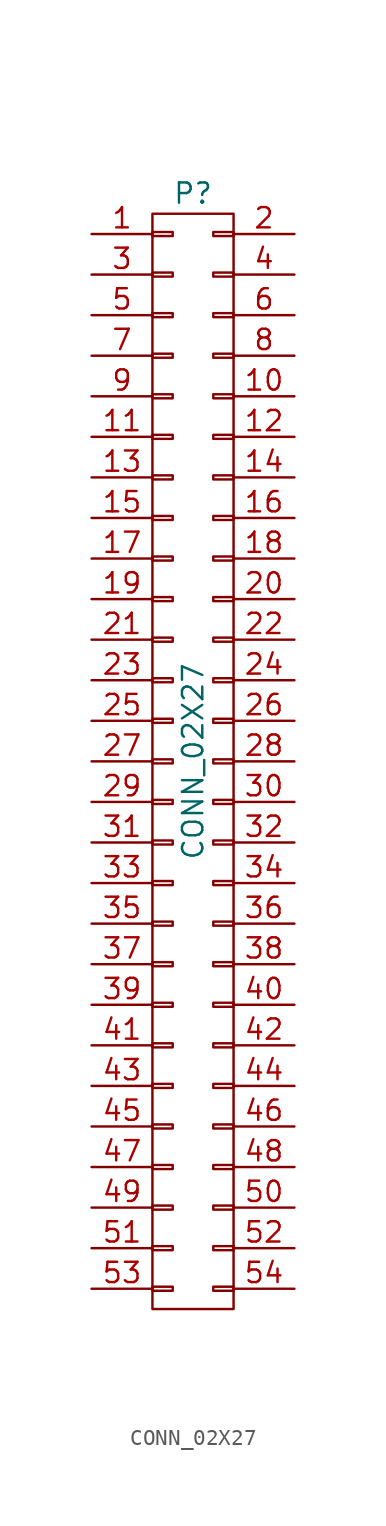
<source format=kicad_sym>
(kicad_symbol_lib
  (version 20211014)
  (generator kicad_symbol_editor)
  (symbol "CONN_02X27"
    (pin_names
      (offset 0.025) hide)
    (property "Reference" "P"
      (at 0 35.56 0)
      (effects (font (size 1.27 1.27))))
    (property "Value" "CONN_02X27"
      (at 0 0 90)
      (effects (font (size 1.27 1.27))))
    (property "Footprint" ""
      (at 0 -16.51 0)
      (effects (font (size 1.27 1.27))))
    (property "Datasheet" ""
      (at 0 -16.51 0)
      (effects (font (size 1.27 1.27))))
    (symbol "CONN_02X27_0_1"
      (rectangle (start -2.54 -32.893) (end -1.27 -33.147) (stroke (width 0) (type default) (color 0 0 0 0)) (fill (type none)))
      (rectangle (start -2.54 -30.353) (end -1.27 -30.607) (stroke (width 0) (type default) (color 0 0 0 0)) (fill (type none)))
      (rectangle (start -2.54 -27.813) (end -1.27 -28.067) (stroke (width 0) (type default) (color 0 0 0 0)) (fill (type none)))
      (rectangle (start -2.54 -25.273) (end -1.27 -25.527) (stroke (width 0) (type default) (color 0 0 0 0)) (fill (type none)))
      (rectangle (start -2.54 -22.733) (end -1.27 -22.987) (stroke (width 0) (type default) (color 0 0 0 0)) (fill (type none)))
      (rectangle (start -2.54 -20.193) (end -1.27 -20.447) (stroke (width 0) (type default) (color 0 0 0 0)) (fill (type none)))
      (rectangle (start -2.54 -17.653) (end -1.27 -17.907) (stroke (width 0) (type default) (color 0 0 0 0)) (fill (type none)))
      (rectangle (start -2.54 -15.113) (end -1.27 -15.367) (stroke (width 0) (type default) (color 0 0 0 0)) (fill (type none)))
      (rectangle (start -2.54 -12.573) (end -1.27 -12.827) (stroke (width 0) (type default) (color 0 0 0 0)) (fill (type none)))
      (rectangle (start -2.54 -10.033) (end -1.27 -10.287) (stroke (width 0) (type default) (color 0 0 0 0)) (fill (type none)))
      (rectangle (start -2.54 -7.493) (end -1.27 -7.747) (stroke (width 0) (type default) (color 0 0 0 0)) (fill (type none)))
      (rectangle (start -2.54 -4.953) (end -1.27 -5.207) (stroke (width 0) (type default) (color 0 0 0 0)) (fill (type none)))
      (rectangle (start -2.54 -2.413) (end -1.27 -2.667) (stroke (width 0) (type default) (color 0 0 0 0)) (fill (type none)))
      (rectangle (start -2.54 0.127) (end -1.27 -0.127) (stroke (width 0) (type default) (color 0 0 0 0)) (fill (type none)))
      (rectangle (start -2.54 2.667) (end -1.27 2.413) (stroke (width 0) (type default) (color 0 0 0 0)) (fill (type none)))
      (rectangle (start -2.54 5.207) (end -1.27 4.953) (stroke (width 0) (type default) (color 0 0 0 0)) (fill (type none)))
      (rectangle (start -2.54 7.747) (end -1.27 7.493) (stroke (width 0) (type default) (color 0 0 0 0)) (fill (type none)))
      (rectangle (start -2.54 10.287) (end -1.27 10.033) (stroke (width 0) (type default) (color 0 0 0 0)) (fill (type none)))
      (rectangle (start -2.54 12.827) (end -1.27 12.573) (stroke (width 0) (type default) (color 0 0 0 0)) (fill (type none)))
      (rectangle (start -2.54 15.367) (end -1.27 15.113) (stroke (width 0) (type default) (color 0 0 0 0)) (fill (type none)))
      (rectangle (start -2.54 17.907) (end -1.27 17.653) (stroke (width 0) (type default) (color 0 0 0 0)) (fill (type none)))
      (rectangle (start -2.54 20.447) (end -1.27 20.193) (stroke (width 0) (type default) (color 0 0 0 0)) (fill (type none)))
      (rectangle (start -2.54 22.987) (end -1.27 22.733) (stroke (width 0) (type default) (color 0 0 0 0)) (fill (type none)))
      (rectangle (start -2.54 25.527) (end -1.27 25.273) (stroke (width 0) (type default) (color 0 0 0 0)) (fill (type none)))
      (rectangle (start -2.54 28.067) (end -1.27 27.813) (stroke (width 0) (type default) (color 0 0 0 0)) (fill (type none)))
      (rectangle (start -2.54 30.607) (end -1.27 30.353) (stroke (width 0) (type default) (color 0 0 0 0)) (fill (type none)))
      (rectangle (start -2.54 33.147) (end -1.27 32.893) (stroke (width 0) (type default) (color 0 0 0 0)) (fill (type none)))
      (rectangle (start -2.54 34.29) (end 2.54 -34.29) (stroke (width 0) (type default) (color 0 0 0 0)) (fill (type none)))
      (rectangle (start 1.27 -32.893) (end 2.54 -33.147) (stroke (width 0) (type default) (color 0 0 0 0)) (fill (type none)))
      (rectangle (start 1.27 -30.353) (end 2.54 -30.607) (stroke (width 0) (type default) (color 0 0 0 0)) (fill (type none)))
      (rectangle (start 1.27 -27.813) (end 2.54 -28.067) (stroke (width 0) (type default) (color 0 0 0 0)) (fill (type none)))
      (rectangle (start 1.27 -25.273) (end 2.54 -25.527) (stroke (width 0) (type default) (color 0 0 0 0)) (fill (type none)))
      (rectangle (start 1.27 -22.733) (end 2.54 -22.987) (stroke (width 0) (type default) (color 0 0 0 0)) (fill (type none)))
      (rectangle (start 1.27 -20.193) (end 2.54 -20.447) (stroke (width 0) (type default) (color 0 0 0 0)) (fill (type none)))
      (rectangle (start 1.27 -17.653) (end 2.54 -17.907) (stroke (width 0) (type default) (color 0 0 0 0)) (fill (type none)))
      (rectangle (start 1.27 -15.113) (end 2.54 -15.367) (stroke (width 0) (type default) (color 0 0 0 0)) (fill (type none)))
      (rectangle (start 1.27 -12.573) (end 2.54 -12.827) (stroke (width 0) (type default) (color 0 0 0 0)) (fill (type none)))
      (rectangle (start 1.27 -10.033) (end 2.54 -10.287) (stroke (width 0) (type default) (color 0 0 0 0)) (fill (type none)))
      (rectangle (start 1.27 -7.493) (end 2.54 -7.747) (stroke (width 0) (type default) (color 0 0 0 0)) (fill (type none)))
      (rectangle (start 1.27 -4.953) (end 2.54 -5.207) (stroke (width 0) (type default) (color 0 0 0 0)) (fill (type none)))
      (rectangle (start 1.27 -2.413) (end 2.54 -2.667) (stroke (width 0) (type default) (color 0 0 0 0)) (fill (type none)))
      (rectangle (start 1.27 0.127) (end 2.54 -0.127) (stroke (width 0) (type default) (color 0 0 0 0)) (fill (type none)))
      (rectangle (start 1.27 2.667) (end 2.54 2.413) (stroke (width 0) (type default) (color 0 0 0 0)) (fill (type none)))
      (rectangle (start 1.27 5.207) (end 2.54 4.953) (stroke (width 0) (type default) (color 0 0 0 0)) (fill (type none)))
      (rectangle (start 1.27 7.747) (end 2.54 7.493) (stroke (width 0) (type default) (color 0 0 0 0)) (fill (type none)))
      (rectangle (start 1.27 10.287) (end 2.54 10.033) (stroke (width 0) (type default) (color 0 0 0 0)) (fill (type none)))
      (rectangle (start 1.27 12.827) (end 2.54 12.573) (stroke (width 0) (type default) (color 0 0 0 0)) (fill (type none)))
      (rectangle (start 1.27 15.367) (end 2.54 15.113) (stroke (width 0) (type default) (color 0 0 0 0)) (fill (type none)))
      (rectangle (start 1.27 17.907) (end 2.54 17.653) (stroke (width 0) (type default) (color 0 0 0 0)) (fill (type none)))
      (rectangle (start 1.27 20.447) (end 2.54 20.193) (stroke (width 0) (type default) (color 0 0 0 0)) (fill (type none)))
      (rectangle (start 1.27 22.987) (end 2.54 22.733) (stroke (width 0) (type default) (color 0 0 0 0)) (fill (type none)))
      (rectangle (start 1.27 25.527) (end 2.54 25.273) (stroke (width 0) (type default) (color 0 0 0 0)) (fill (type none)))
      (rectangle (start 1.27 28.067) (end 2.54 27.813) (stroke (width 0) (type default) (color 0 0 0 0)) (fill (type none)))
      (rectangle (start 1.27 30.607) (end 2.54 30.353) (stroke (width 0) (type default) (color 0 0 0 0)) (fill (type none)))
      (rectangle (start 1.27 33.147) (end 2.54 32.893) (stroke (width 0) (type default) (color 0 0 0 0)) (fill (type none))))
    (symbol "CONN_02X27_1_1"
      (pin passive line (at -6.35 33.02 0) (length 3.81) (name "P1" (effects (font (size 1.27 1.27)))) (number "1" (effects (font (size 1.27 1.27)))))
      (pin passive line (at 6.35 22.86 180) (length 3.81) (name "P10" (effects (font (size 1.27 1.27)))) (number "10" (effects (font (size 1.27 1.27)))))
      (pin passive line (at -6.35 20.32 0) (length 3.81) (name "P11" (effects (font (size 1.27 1.27)))) (number "11" (effects (font (size 1.27 1.27)))))
      (pin passive line (at 6.35 20.32 180) (length 3.81) (name "P12" (effects (font (size 1.27 1.27)))) (number "12" (effects (font (size 1.27 1.27)))))
      (pin passive line (at -6.35 17.78 0) (length 3.81) (name "P13" (effects (font (size 1.27 1.27)))) (number "13" (effects (font (size 1.27 1.27)))))
      (pin passive line (at 6.35 17.78 180) (length 3.81) (name "P14" (effects (font (size 1.27 1.27)))) (number "14" (effects (font (size 1.27 1.27)))))
      (pin passive line (at -6.35 15.24 0) (length 3.81) (name "P15" (effects (font (size 1.27 1.27)))) (number "15" (effects (font (size 1.27 1.27)))))
      (pin passive line (at 6.35 15.24 180) (length 3.81) (name "P16" (effects (font (size 1.27 1.27)))) (number "16" (effects (font (size 1.27 1.27)))))
      (pin passive line (at -6.35 12.7 0) (length 3.81) (name "P17" (effects (font (size 1.27 1.27)))) (number "17" (effects (font (size 1.27 1.27)))))
      (pin passive line (at 6.35 12.7 180) (length 3.81) (name "P18" (effects (font (size 1.27 1.27)))) (number "18" (effects (font (size 1.27 1.27)))))
      (pin passive line (at -6.35 10.16 0) (length 3.81) (name "P19" (effects (font (size 1.27 1.27)))) (number "19" (effects (font (size 1.27 1.27)))))
      (pin passive line (at 6.35 33.02 180) (length 3.81) (name "P2" (effects (font (size 1.27 1.27)))) (number "2" (effects (font (size 1.27 1.27)))))
      (pin passive line (at 6.35 10.16 180) (length 3.81) (name "P20" (effects (font (size 1.27 1.27)))) (number "20" (effects (font (size 1.27 1.27)))))
      (pin passive line (at -6.35 7.62 0) (length 3.81) (name "P21" (effects (font (size 1.27 1.27)))) (number "21" (effects (font (size 1.27 1.27)))))
      (pin passive line (at 6.35 7.62 180) (length 3.81) (name "P22" (effects (font (size 1.27 1.27)))) (number "22" (effects (font (size 1.27 1.27)))))
      (pin passive line (at -6.35 5.08 0) (length 3.81) (name "P23" (effects (font (size 1.27 1.27)))) (number "23" (effects (font (size 1.27 1.27)))))
      (pin passive line (at 6.35 5.08 180) (length 3.81) (name "P24" (effects (font (size 1.27 1.27)))) (number "24" (effects (font (size 1.27 1.27)))))
      (pin passive line (at -6.35 2.54 0) (length 3.81) (name "P25" (effects (font (size 1.27 1.27)))) (number "25" (effects (font (size 1.27 1.27)))))
      (pin passive line (at 6.35 2.54 180) (length 3.81) (name "P26" (effects (font (size 1.27 1.27)))) (number "26" (effects (font (size 1.27 1.27)))))
      (pin passive line (at -6.35 0 0) (length 3.81) (name "P27" (effects (font (size 1.27 1.27)))) (number "27" (effects (font (size 1.27 1.27)))))
      (pin passive line (at 6.35 0 180) (length 3.81) (name "P28" (effects (font (size 1.27 1.27)))) (number "28" (effects (font (size 1.27 1.27)))))
      (pin passive line (at -6.35 -2.54 0) (length 3.81) (name "P29" (effects (font (size 1.27 1.27)))) (number "29" (effects (font (size 1.27 1.27)))))
      (pin passive line (at -6.35 30.48 0) (length 3.81) (name "P3" (effects (font (size 1.27 1.27)))) (number "3" (effects (font (size 1.27 1.27)))))
      (pin passive line (at 6.35 -2.54 180) (length 3.81) (name "P30" (effects (font (size 1.27 1.27)))) (number "30" (effects (font (size 1.27 1.27)))))
      (pin passive line (at -6.35 -5.08 0) (length 3.81) (name "P31" (effects (font (size 1.27 1.27)))) (number "31" (effects (font (size 1.27 1.27)))))
      (pin passive line (at 6.35 -5.08 180) (length 3.81) (name "P32" (effects (font (size 1.27 1.27)))) (number "32" (effects (font (size 1.27 1.27)))))
      (pin passive line (at -6.35 -7.62 0) (length 3.81) (name "P33" (effects (font (size 1.27 1.27)))) (number "33" (effects (font (size 1.27 1.27)))))
      (pin passive line (at 6.35 -7.62 180) (length 3.81) (name "P34" (effects (font (size 1.27 1.27)))) (number "34" (effects (font (size 1.27 1.27)))))
      (pin passive line (at -6.35 -10.16 0) (length 3.81) (name "P35" (effects (font (size 1.27 1.27)))) (number "35" (effects (font (size 1.27 1.27)))))
      (pin passive line (at 6.35 -10.16 180) (length 3.81) (name "P36" (effects (font (size 1.27 1.27)))) (number "36" (effects (font (size 1.27 1.27)))))
      (pin passive line (at -6.35 -12.7 0) (length 3.81) (name "P37" (effects (font (size 1.27 1.27)))) (number "37" (effects (font (size 1.27 1.27)))))
      (pin passive line (at 6.35 -12.7 180) (length 3.81) (name "P38" (effects (font (size 1.27 1.27)))) (number "38" (effects (font (size 1.27 1.27)))))
      (pin passive line (at -6.35 -15.24 0) (length 3.81) (name "P39" (effects (font (size 1.27 1.27)))) (number "39" (effects (font (size 1.27 1.27)))))
      (pin passive line (at 6.35 30.48 180) (length 3.81) (name "P4" (effects (font (size 1.27 1.27)))) (number "4" (effects (font (size 1.27 1.27)))))
      (pin passive line (at 6.35 -15.24 180) (length 3.81) (name "P40" (effects (font (size 1.27 1.27)))) (number "40" (effects (font (size 1.27 1.27)))))
      (pin passive line (at -6.35 -17.78 0) (length 3.81) (name "P41" (effects (font (size 1.27 1.27)))) (number "41" (effects (font (size 1.27 1.27)))))
      (pin passive line (at 6.35 -17.78 180) (length 3.81) (name "P42" (effects (font (size 1.27 1.27)))) (number "42" (effects (font (size 1.27 1.27)))))
      (pin passive line (at -6.35 -20.32 0) (length 3.81) (name "P43" (effects (font (size 1.27 1.27)))) (number "43" (effects (font (size 1.27 1.27)))))
      (pin passive line (at 6.35 -20.32 180) (length 3.81) (name "P44" (effects (font (size 1.27 1.27)))) (number "44" (effects (font (size 1.27 1.27)))))
      (pin passive line (at -6.35 -22.86 0) (length 3.81) (name "P45" (effects (font (size 1.27 1.27)))) (number "45" (effects (font (size 1.27 1.27)))))
      (pin passive line (at 6.35 -22.86 180) (length 3.81) (name "P46" (effects (font (size 1.27 1.27)))) (number "46" (effects (font (size 1.27 1.27)))))
      (pin passive line (at -6.35 -25.4 0) (length 3.81) (name "P47" (effects (font (size 1.27 1.27)))) (number "47" (effects (font (size 1.27 1.27)))))
      (pin passive line (at 6.35 -25.4 180) (length 3.81) (name "P48" (effects (font (size 1.27 1.27)))) (number "48" (effects (font (size 1.27 1.27)))))
      (pin passive line (at -6.35 -27.94 0) (length 3.81) (name "P49" (effects (font (size 1.27 1.27)))) (number "49" (effects (font (size 1.27 1.27)))))
      (pin passive line (at -6.35 27.94 0) (length 3.81) (name "P5" (effects (font (size 1.27 1.27)))) (number "5" (effects (font (size 1.27 1.27)))))
      (pin passive line (at 6.35 -27.94 180) (length 3.81) (name "P50" (effects (font (size 1.27 1.27)))) (number "50" (effects (font (size 1.27 1.27)))))
      (pin passive line (at -6.35 -30.48 0) (length 3.81) (name "P51" (effects (font (size 1.27 1.27)))) (number "51" (effects (font (size 1.27 1.27)))))
      (pin passive line (at 6.35 -30.48 180) (length 3.81) (name "P52" (effects (font (size 1.27 1.27)))) (number "52" (effects (font (size 1.27 1.27)))))
      (pin passive line (at -6.35 -33.02 0) (length 3.81) (name "P53" (effects (font (size 1.27 1.27)))) (number "53" (effects (font (size 1.27 1.27)))))
      (pin passive line (at 6.35 -33.02 180) (length 3.81) (name "P54" (effects (font (size 1.27 1.27)))) (number "54" (effects (font (size 1.27 1.27)))))
      (pin passive line (at 6.35 27.94 180) (length 3.81) (name "P6" (effects (font (size 1.27 1.27)))) (number "6" (effects (font (size 1.27 1.27)))))
      (pin passive line (at -6.35 25.4 0) (length 3.81) (name "P7" (effects (font (size 1.27 1.27)))) (number "7" (effects (font (size 1.27 1.27)))))
      (pin passive line (at 6.35 25.4 180) (length 3.81) (name "P8" (effects (font (size 1.27 1.27)))) (number "8" (effects (font (size 1.27 1.27)))))
      (pin passive line (at -6.35 22.86 0) (length 3.81) (name "P9" (effects (font (size 1.27 1.27)))) (number "9" (effects (font (size 1.27 1.27))))))))
</source>
